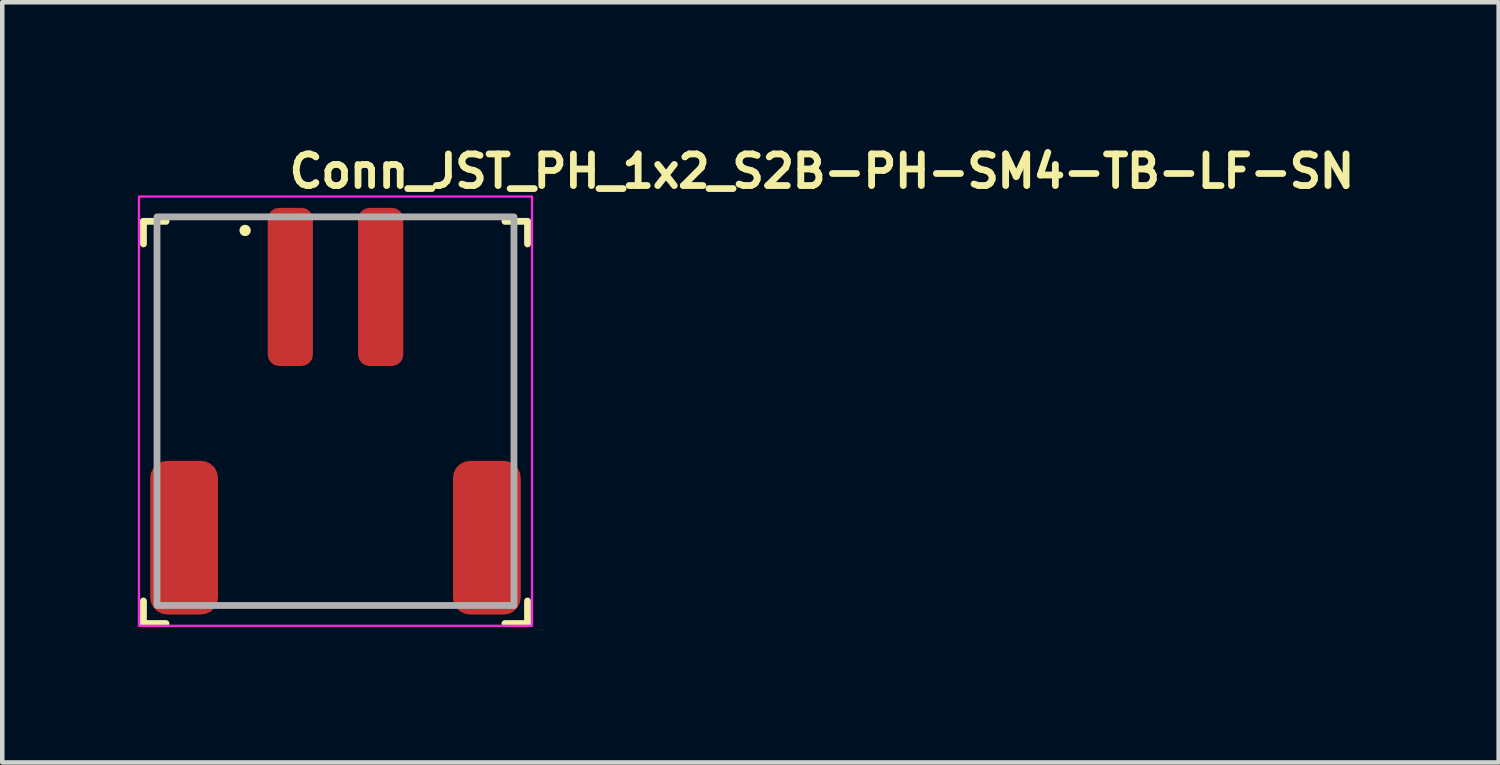
<source format=kicad_pcb>
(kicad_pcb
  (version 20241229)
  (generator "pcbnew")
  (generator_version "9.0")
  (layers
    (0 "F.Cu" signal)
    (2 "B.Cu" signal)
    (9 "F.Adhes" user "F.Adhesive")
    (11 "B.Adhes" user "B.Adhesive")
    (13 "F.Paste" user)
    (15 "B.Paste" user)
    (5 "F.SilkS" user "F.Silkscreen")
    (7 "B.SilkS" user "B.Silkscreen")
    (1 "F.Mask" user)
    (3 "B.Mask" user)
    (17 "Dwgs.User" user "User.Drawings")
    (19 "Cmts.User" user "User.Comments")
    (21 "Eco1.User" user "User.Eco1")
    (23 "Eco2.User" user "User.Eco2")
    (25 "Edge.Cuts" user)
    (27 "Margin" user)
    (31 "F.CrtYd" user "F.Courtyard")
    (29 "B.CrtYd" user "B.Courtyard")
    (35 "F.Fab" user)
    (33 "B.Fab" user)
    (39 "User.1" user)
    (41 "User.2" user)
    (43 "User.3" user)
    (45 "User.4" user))
  (footprint "Conn_JST_PH_1x2_S2B-PH-SM4-TB-LF-SN"
    (layer "F.Cu")
    (at 4.375 6.05)
    (property "Reference" "Conn_JST_PH_1x2_S2B-PH-SM4-TB-LF-SN" (at -1.1 -4.9 0) (unlocked yes) (layer "F.SilkS") (effects (font (size 0.7 0.7) (thickness 0.15)) (justify left bottom)))
    (attr smd)
    (fp_line (start -4.25 -4.201) (end -4.25 -3.701) (stroke (width 0.15) (type solid)) (layer "F.SilkS"))
    (fp_line (start -4.25 -4.201) (end -3.75 -4.201) (stroke (width 0.15) (type solid)) (layer "F.SilkS"))
    (fp_line (start -4.25 4.7) (end -4.25 4.2) (stroke (width 0.15) (type solid)) (layer "F.SilkS"))
    (fp_line (start -4.25 4.7) (end -3.75 4.7) (stroke (width 0.15) (type solid)) (layer "F.SilkS"))
    (fp_line (start 4.25 -4.201) (end 3.75 -4.201) (stroke (width 0.15) (type solid)) (layer "F.SilkS"))
    (fp_line (start 4.25 -4.201) (end 4.25 -3.701) (stroke (width 0.15) (type solid)) (layer "F.SilkS"))
    (fp_line (start 4.25 4.7) (end 3.75 4.7) (stroke (width 0.15) (type solid)) (layer "F.SilkS"))
    (fp_line (start 4.25 4.7) (end 4.25 4.2) (stroke (width 0.15) (type solid)) (layer "F.SilkS"))
    (fp_circle (center -2 -4) (end -1.95 -4) (stroke (width 0.15) (type solid)) (fill yes) (layer "F.SilkS"))
    (fp_rect (start -4.35 -4.75) (end 4.35 4.75) (stroke (width 0.05) (type solid)) (fill no) (layer "F.CrtYd"))
    (fp_rect (start -3.95 -4.3) (end 3.95 4.3) (stroke (width 0.15) (type solid)) (fill no) (layer "F.Fab"))
    (fp_rect (start -3.95 -4.3) (end 3.95 4.3) (stroke (width 0.1) (type solid)) (fill no) (layer "User.5"))
    (fp_line (start -3.95 -3.3) (end -3.95 -1.7) (stroke (width 0.02) (type solid)) (layer "User.9"))
    (fp_line (start -3.95 -3.3) (end -3.15 -3.3) (stroke (width 0.02) (type solid)) (layer "User.9"))
    (fp_line (start -3.95 -1.7) (end -3.95 3.5) (stroke (width 0.02) (type solid)) (layer "User.9"))
    (fp_line (start -3.45 3.5) (end -3.45 4.3) (stroke (width 0.02) (type solid)) (layer "User.9"))
    (fp_line (start -3.45 4.3) (end -3.05 4.3) (stroke (width 0.02) (type solid)) (layer "User.9"))
    (fp_line (start -3.15 -1.7) (end -3.15 -3.3) (stroke (width 0.02) (type solid)) (layer "User.9"))
    (fp_line (start -3.05 3.5) (end -3.95 3.5) (stroke (width 0.02) (type solid)) (layer "User.9"))
    (fp_line (start -3.05 3.5) (end -3.05 4.3) (stroke (width 0.02) (type solid)) (layer "User.9"))
    (fp_line (start -2.3 -1.7) (end -3.95 -1.7) (stroke (width 0.02) (type solid)) (layer "User.9"))
    (fp_line (start -2.3 -1.7) (end -2.3 2.3) (stroke (width 0.02) (type solid)) (layer "User.9"))
    (fp_line (start -2.3 0.05) (end -1.3 0.05) (stroke (width 0.02) (type solid)) (layer "User.9"))
    (fp_line (start -2.3 2.3) (end -2.3 0.05) (stroke (width 0.02) (type solid)) (layer "User.9"))
    (fp_line (start -2.3 2.3) (end -1.3 2.3) (stroke (width 0.02) (type solid)) (layer "User.9"))
    (fp_line (start -1.3 -1.7) (end -2.3 -1.7) (stroke (width 0.02) (type solid)) (layer "User.9"))
    (fp_line (start -1.3 2.3) (end -1.3 -1.7) (stroke (width 0.02) (type solid)) (layer "User.9"))
    (fp_line (start -1.25 -3.905) (end -1.25 -2.296) (stroke (width 0.02) (type solid)) (layer "User.9"))
    (fp_line (start -1.25 -3.905) (end -1.143 -4.3) (stroke (width 0.02) (type solid)) (layer "User.9"))
    (fp_line (start -1.25 -3.905) (end -0.75 -3.905) (stroke (width 0.02) (type solid)) (layer "User.9"))
    (fp_line (start -1.25 -2.296) (end -1.25 -2.285) (stroke (width 0.02) (type solid)) (layer "User.9"))
    (fp_line (start -1.25 -2.296) (end -0.75 -2.296) (stroke (width 0.02) (type solid)) (layer "User.9"))
    (fp_line (start -1.25 -2.285) (end -1.25 -2.274) (stroke (width 0.02) (type solid)) (layer "User.9"))
    (fp_line (start -1.25 -2.274) (end -1.25 -2.264) (stroke (width 0.02) (type solid)) (layer "User.9"))
    (fp_line (start -1.25 -2.264) (end -1.25 -2.254) (stroke (width 0.02) (type solid)) (layer "User.9"))
    (fp_line (start -1.25 -2.254) (end -1.25 -2.244) (stroke (width 0.02) (type solid)) (layer "User.9"))
    (fp_line (start -1.25 -2.244) (end -1.25 -2.236) (stroke (width 0.02) (type solid)) (layer "User.9"))
    (fp_line (start -1.25 -2.236) (end -1.25 -2.228) (stroke (width 0.02) (type solid)) (layer "User.9"))
    (fp_line (start -1.25 -2.228) (end -1.25 -2.221) (stroke (width 0.02) (type solid)) (layer "User.9"))
    (fp_line (start -1.25 -2.221) (end -1.25 -2.215) (stroke (width 0.02) (type solid)) (layer "User.9"))
    (fp_line (start -1.25 -2.215) (end -1.25 -2.209) (stroke (width 0.02) (type solid)) (layer "User.9"))
    (fp_line (start -1.25 -2.209) (end -1.25 -2.205) (stroke (width 0.02) (type solid)) (layer "User.9"))
    (fp_line (start -1.25 -2.205) (end -1.25 -2.202) (stroke (width 0.02) (type solid)) (layer "User.9"))
    (fp_line (start -1.25 -2.202) (end -1.25 -2.201) (stroke (width 0.02) (type solid)) (layer "User.9"))
    (fp_line (start -1.25 -2.201) (end -1.25 -2.2) (stroke (width 0.02) (type solid)) (layer "User.9"))
    (fp_line (start -1.25 -2.2) (end -1.25 -2.197) (stroke (width 0.02) (type solid)) (layer "User.9"))
    (fp_line (start -1.25 -2.2) (end -0.75 -2.2) (stroke (width 0.02) (type solid)) (layer "User.9"))
    (fp_line (start -1.25 -2.197) (end -1.25 -2.188) (stroke (width 0.02) (type solid)) (layer "User.9"))
    (fp_line (start -1.25 -2.188) (end -1.25 -2.173) (stroke (width 0.02) (type solid)) (layer "User.9"))
    (fp_line (start -1.25 -2.173) (end -1.25 -2.152) (stroke (width 0.02) (type solid)) (layer "User.9"))
    (fp_line (start -1.25 -2.152) (end -1.25 -2.126) (stroke (width 0.02) (type solid)) (layer "User.9"))
    (fp_line (start -1.25 -2.126) (end -1.25 -2.095) (stroke (width 0.02) (type solid)) (layer "User.9"))
    (fp_line (start -1.25 -2.095) (end -1.25 -2.058) (stroke (width 0.02) (type solid)) (layer "User.9"))
    (fp_line (start -1.25 -2.058) (end -1.25 -2.017) (stroke (width 0.02) (type solid)) (layer "User.9"))
    (fp_line (start -1.25 -2.017) (end -1.25 -1.972) (stroke (width 0.02) (type solid)) (layer "User.9"))
    (fp_line (start -1.25 -1.972) (end -1.25 -1.923) (stroke (width 0.02) (type solid)) (layer "User.9"))
    (fp_line (start -1.25 -1.923) (end -1.25 -1.871) (stroke (width 0.02) (type solid)) (layer "User.9"))
    (fp_line (start -1.25 -1.871) (end -1.25 -1.816) (stroke (width 0.02) (type solid)) (layer "User.9"))
    (fp_line (start -1.25 -1.816) (end -1.25 -1.759) (stroke (width 0.02) (type solid)) (layer "User.9"))
    (fp_line (start -1.25 -1.759) (end -1.25 -1.7) (stroke (width 0.02) (type solid)) (layer "User.9"))
    (fp_line (start -1.143 -4.3) (end -0.857 -4.3) (stroke (width 0.02) (type solid)) (layer "User.9"))
    (fp_line (start -0.857 -4.3) (end -0.75 -3.905) (stroke (width 0.02) (type solid)) (layer "User.9"))
    (fp_line (start -0.75 -3.905) (end -0.75 -2.296) (stroke (width 0.02) (type solid)) (layer "User.9"))
    (fp_line (start -0.75 -2.296) (end -0.75 -2.285) (stroke (width 0.02) (type solid)) (layer "User.9"))
    (fp_line (start -0.75 -2.285) (end -0.75 -2.274) (stroke (width 0.02) (type solid)) (layer "User.9"))
    (fp_line (start -0.75 -2.274) (end -0.75 -2.264) (stroke (width 0.02) (type solid)) (layer "User.9"))
    (fp_line (start -0.75 -2.264) (end -0.75 -2.254) (stroke (width 0.02) (type solid)) (layer "User.9"))
    (fp_line (start -0.75 -2.254) (end -0.75 -2.244) (stroke (width 0.02) (type solid)) (layer "User.9"))
    (fp_line (start -0.75 -2.244) (end -0.75 -2.236) (stroke (width 0.02) (type solid)) (layer "User.9"))
    (fp_line (start -0.75 -2.236) (end -0.75 -2.228) (stroke (width 0.02) (type solid)) (layer "User.9"))
    (fp_line (start -0.75 -2.228) (end -0.75 -2.221) (stroke (width 0.02) (type solid)) (layer "User.9"))
    (fp_line (start -0.75 -2.221) (end -0.75 -2.215) (stroke (width 0.02) (type solid)) (layer "User.9"))
    (fp_line (start -0.75 -2.215) (end -0.75 -2.209) (stroke (width 0.02) (type solid)) (layer "User.9"))
    (fp_line (start -0.75 -2.209) (end -0.75 -2.205) (stroke (width 0.02) (type solid)) (layer "User.9"))
    (fp_line (start -0.75 -2.205) (end -0.75 -2.202) (stroke (width 0.02) (type solid)) (layer "User.9"))
    (fp_line (start -0.75 -2.202) (end -0.75 -2.201) (stroke (width 0.02) (type solid)) (layer "User.9"))
    (fp_line (start -0.75 -2.201) (end -0.75 -2.2) (stroke (width 0.02) (type solid)) (layer "User.9"))
    (fp_line (start -0.75 -2.2) (end -0.75 -2.197) (stroke (width 0.02) (type solid)) (layer "User.9"))
    (fp_line (start -0.75 -2.197) (end -0.75 -2.188) (stroke (width 0.02) (type solid)) (layer "User.9"))
    (fp_line (start -0.75 -2.188) (end -0.75 -2.173) (stroke (width 0.02) (type solid)) (layer "User.9"))
    (fp_line (start -0.75 -2.173) (end -0.75 -2.152) (stroke (width 0.02) (type solid)) (layer "User.9"))
    (fp_line (start -0.75 -2.152) (end -0.75 -2.126) (stroke (width 0.02) (type solid)) (layer "User.9"))
    (fp_line (start -0.75 -2.126) (end -0.75 -2.095) (stroke (width 0.02) (type solid)) (layer "User.9"))
    (fp_line (start -0.75 -2.095) (end -0.75 -2.058) (stroke (width 0.02) (type solid)) (layer "User.9"))
    (fp_line (start -0.75 -2.058) (end -0.75 -2.017) (stroke (width 0.02) (type solid)) (layer "User.9"))
    (fp_line (start -0.75 -2.017) (end -0.75 -1.972) (stroke (width 0.02) (type solid)) (layer "User.9"))
    (fp_line (start -0.75 -1.972) (end -0.75 -1.923) (stroke (width 0.02) (type solid)) (layer "User.9"))
    (fp_line (start -0.75 -1.923) (end -0.75 -1.871) (stroke (width 0.02) (type solid)) (layer "User.9"))
    (fp_line (start -0.75 -1.871) (end -0.75 -1.816) (stroke (width 0.02) (type solid)) (layer "User.9"))
    (fp_line (start -0.75 -1.816) (end -0.75 -1.759) (stroke (width 0.02) (type solid)) (layer "User.9"))
    (fp_line (start -0.75 -1.759) (end -0.75 -1.7) (stroke (width 0.02) (type solid)) (layer "User.9"))
    (fp_line (start 0.75 -3.905) (end 0.75 -2.296) (stroke (width 0.02) (type solid)) (layer "User.9"))
    (fp_line (start 0.75 -2.296) (end 0.75 -2.285) (stroke (width 0.02) (type solid)) (layer "User.9"))
    (fp_line (start 0.75 -2.285) (end 0.75 -2.274) (stroke (width 0.02) (type solid)) (layer "User.9"))
    (fp_line (start 0.75 -2.274) (end 0.75 -2.264) (stroke (width 0.02) (type solid)) (layer "User.9"))
    (fp_line (start 0.75 -2.264) (end 0.75 -2.254) (stroke (width 0.02) (type solid)) (layer "User.9"))
    (fp_line (start 0.75 -2.254) (end 0.75 -2.244) (stroke (width 0.02) (type solid)) (layer "User.9"))
    (fp_line (start 0.75 -2.244) (end 0.75 -2.236) (stroke (width 0.02) (type solid)) (layer "User.9"))
    (fp_line (start 0.75 -2.236) (end 0.75 -2.228) (stroke (width 0.02) (type solid)) (layer "User.9"))
    (fp_line (start 0.75 -2.228) (end 0.75 -2.221) (stroke (width 0.02) (type solid)) (layer "User.9"))
    (fp_line (start 0.75 -2.221) (end 0.75 -2.215) (stroke (width 0.02) (type solid)) (layer "User.9"))
    (fp_line (start 0.75 -2.215) (end 0.75 -2.209) (stroke (width 0.02) (type solid)) (layer "User.9"))
    (fp_line (start 0.75 -2.209) (end 0.75 -2.205) (stroke (width 0.02) (type solid)) (layer "User.9"))
    (fp_line (start 0.75 -2.205) (end 0.75 -2.202) (stroke (width 0.02) (type solid)) (layer "User.9"))
    (fp_line (start 0.75 -2.202) (end 0.75 -2.201) (stroke (width 0.02) (type solid)) (layer "User.9"))
    (fp_line (start 0.75 -2.201) (end 0.75 -2.2) (stroke (width 0.02) (type solid)) (layer "User.9"))
    (fp_line (start 0.75 -2.2) (end 0.75 -2.197) (stroke (width 0.02) (type solid)) (layer "User.9"))
    (fp_line (start 0.75 -2.197) (end 0.75 -2.188) (stroke (width 0.02) (type solid)) (layer "User.9"))
    (fp_line (start 0.75 -2.188) (end 0.75 -2.173) (stroke (width 0.02) (type solid)) (layer "User.9"))
    (fp_line (start 0.75 -2.173) (end 0.75 -2.152) (stroke (width 0.02) (type solid)) (layer "User.9"))
    (fp_line (start 0.75 -2.152) (end 0.75 -2.126) (stroke (width 0.02) (type solid)) (layer "User.9"))
    (fp_line (start 0.75 -2.126) (end 0.75 -2.095) (stroke (width 0.02) (type solid)) (layer "User.9"))
    (fp_line (start 0.75 -2.095) (end 0.75 -2.058) (stroke (width 0.02) (type solid)) (layer "User.9"))
    (fp_line (start 0.75 -2.058) (end 0.75 -2.017) (stroke (width 0.02) (type solid)) (layer "User.9"))
    (fp_line (start 0.75 -2.017) (end 0.75 -1.972) (stroke (width 0.02) (type solid)) (layer "User.9"))
    (fp_line (start 0.75 -1.972) (end 0.75 -1.923) (stroke (width 0.02) (type solid)) (layer "User.9"))
    (fp_line (start 0.75 -1.923) (end 0.75 -1.871) (stroke (width 0.02) (type solid)) (layer "User.9"))
    (fp_line (start 0.75 -1.871) (end 0.75 -1.816) (stroke (width 0.02) (type solid)) (layer "User.9"))
    (fp_line (start 0.75 -1.816) (end 0.75 -1.759) (stroke (width 0.02) (type solid)) (layer "User.9"))
    (fp_line (start 0.75 -1.759) (end 0.75 -1.7) (stroke (width 0.02) (type solid)) (layer "User.9"))
    (fp_line (start 0.857 -4.3) (end 0.75 -3.905) (stroke (width 0.02) (type solid)) (layer "User.9"))
    (fp_line (start 1.143 -4.3) (end 0.857 -4.3) (stroke (width 0.02) (type solid)) (layer "User.9"))
    (fp_line (start 1.25 -3.905) (end 0.75 -3.905) (stroke (width 0.02) (type solid)) (layer "User.9"))
    (fp_line (start 1.25 -3.905) (end 1.143 -4.3) (stroke (width 0.02) (type solid)) (layer "User.9"))
    (fp_line (start 1.25 -3.905) (end 1.25 -2.296) (stroke (width 0.02) (type solid)) (layer "User.9"))
    (fp_line (start 1.25 -2.296) (end 0.75 -2.296) (stroke (width 0.02) (type solid)) (layer "User.9"))
    (fp_line (start 1.25 -2.296) (end 1.25 -2.285) (stroke (width 0.02) (type solid)) (layer "User.9"))
    (fp_line (start 1.25 -2.285) (end 1.25 -2.274) (stroke (width 0.02) (type solid)) (layer "User.9"))
    (fp_line (start 1.25 -2.274) (end 1.25 -2.264) (stroke (width 0.02) (type solid)) (layer "User.9"))
    (fp_line (start 1.25 -2.264) (end 1.25 -2.254) (stroke (width 0.02) (type solid)) (layer "User.9"))
    (fp_line (start 1.25 -2.254) (end 1.25 -2.244) (stroke (width 0.02) (type solid)) (layer "User.9"))
    (fp_line (start 1.25 -2.244) (end 1.25 -2.236) (stroke (width 0.02) (type solid)) (layer "User.9"))
    (fp_line (start 1.25 -2.236) (end 1.25 -2.228) (stroke (width 0.02) (type solid)) (layer "User.9"))
    (fp_line (start 1.25 -2.228) (end 1.25 -2.221) (stroke (width 0.02) (type solid)) (layer "User.9"))
    (fp_line (start 1.25 -2.221) (end 1.25 -2.215) (stroke (width 0.02) (type solid)) (layer "User.9"))
    (fp_line (start 1.25 -2.215) (end 1.25 -2.209) (stroke (width 0.02) (type solid)) (layer "User.9"))
    (fp_line (start 1.25 -2.209) (end 1.25 -2.205) (stroke (width 0.02) (type solid)) (layer "User.9"))
    (fp_line (start 1.25 -2.205) (end 1.25 -2.202) (stroke (width 0.02) (type solid)) (layer "User.9"))
    (fp_line (start 1.25 -2.202) (end 1.25 -2.201) (stroke (width 0.02) (type solid)) (layer "User.9"))
    (fp_line (start 1.25 -2.201) (end 1.25 -2.2) (stroke (width 0.02) (type solid)) (layer "User.9"))
    (fp_line (start 1.25 -2.2) (end 0.75 -2.2) (stroke (width 0.02) (type solid)) (layer "User.9"))
    (fp_line (start 1.25 -2.2) (end 1.25 -2.197) (stroke (width 0.02) (type solid)) (layer "User.9"))
    (fp_line (start 1.25 -2.197) (end 1.25 -2.188) (stroke (width 0.02) (type solid)) (layer "User.9"))
    (fp_line (start 1.25 -2.188) (end 1.25 -2.173) (stroke (width 0.02) (type solid)) (layer "User.9"))
    (fp_line (start 1.25 -2.173) (end 1.25 -2.152) (stroke (width 0.02) (type solid)) (layer "User.9"))
    (fp_line (start 1.25 -2.152) (end 1.25 -2.126) (stroke (width 0.02) (type solid)) (layer "User.9"))
    (fp_line (start 1.25 -2.126) (end 1.25 -2.095) (stroke (width 0.02) (type solid)) (layer "User.9"))
    (fp_line (start 1.25 -2.095) (end 1.25 -2.058) (stroke (width 0.02) (type solid)) (layer "User.9"))
    (fp_line (start 1.25 -2.058) (end 1.25 -2.017) (stroke (width 0.02) (type solid)) (layer "User.9"))
    (fp_line (start 1.25 -2.017) (end 1.25 -1.972) (stroke (width 0.02) (type solid)) (layer "User.9"))
    (fp_line (start 1.25 -1.972) (end 1.25 -1.923) (stroke (width 0.02) (type solid)) (layer "User.9"))
    (fp_line (start 1.25 -1.923) (end 1.25 -1.871) (stroke (width 0.02) (type solid)) (layer "User.9"))
    (fp_line (start 1.25 -1.871) (end 1.25 -1.816) (stroke (width 0.02) (type solid)) (layer "User.9"))
    (fp_line (start 1.25 -1.816) (end 1.25 -1.759) (stroke (width 0.02) (type solid)) (layer "User.9"))
    (fp_line (start 1.25 -1.759) (end 1.25 -1.7) (stroke (width 0.02) (type solid)) (layer "User.9"))
    (fp_line (start 1.3 -1.7) (end -1.3 -1.7) (stroke (width 0.02) (type solid)) (layer "User.9"))
    (fp_line (start 1.3 -1.7) (end 1.3 2.3) (stroke (width 0.02) (type solid)) (layer "User.9"))
    (fp_line (start 1.3 0.05) (end 2.3 0.05) (stroke (width 0.02) (type solid)) (layer "User.9"))
    (fp_line (start 1.3 2.3) (end 2.3 2.3) (stroke (width 0.02) (type solid)) (layer "User.9"))
    (fp_line (start 2.3 -1.7) (end 1.3 -1.7) (stroke (width 0.02) (type solid)) (layer "User.9"))
    (fp_line (start 2.3 -1.7) (end 2.3 2.3) (stroke (width 0.02) (type solid)) (layer "User.9"))
    (fp_line (start 2.3 2.3) (end 2.3 0.05) (stroke (width 0.02) (type solid)) (layer "User.9"))
    (fp_line (start 3.05 4.3) (end -3.05 4.3) (stroke (width 0.02) (type solid)) (layer "User.9"))
    (fp_line (start 3.05 4.3) (end 3.05 3.5) (stroke (width 0.02) (type solid)) (layer "User.9"))
    (fp_line (start 3.15 -1.7) (end 3.15 -3.3) (stroke (width 0.02) (type solid)) (layer "User.9"))
    (fp_line (start 3.45 3.5) (end 3.45 4.3) (stroke (width 0.02) (type solid)) (layer "User.9"))
    (fp_line (start 3.45 4.3) (end 3.05 4.3) (stroke (width 0.02) (type solid)) (layer "User.9"))
    (fp_line (start 3.95 -3.3) (end 3.15 -3.3) (stroke (width 0.02) (type solid)) (layer "User.9"))
    (fp_line (start 3.95 -1.7) (end 2.3 -1.7) (stroke (width 0.02) (type solid)) (layer "User.9"))
    (fp_line (start 3.95 -1.7) (end 3.95 -3.3) (stroke (width 0.02) (type solid)) (layer "User.9"))
    (fp_line (start 3.95 3.5) (end 3.05 3.5) (stroke (width 0.02) (type solid)) (layer "User.9"))
    (fp_line (start 3.95 3.5) (end 3.95 -1.7) (stroke (width 0.02) (type solid)) (layer "User.9"))
    (pad "1" smd roundrect (at -1 -2.75 180) (size 1 3.5) (layers "F.Cu" "F.Mask" "F.Paste") (roundrect_rratio 0.25))
    (pad "2" smd roundrect (at 1 -2.75 180) (size 1 3.5) (layers "F.Cu" "F.Mask" "F.Paste") (roundrect_rratio 0.25))
    (pad "MP" smd roundrect (at -3.35 2.8 180) (size 1.5 3.4) (layers "F.Cu" "F.Mask" "F.Paste") (roundrect_rratio 0.25))
    (pad "MP" smd roundrect (at 3.35 2.8 180) (size 1.5 3.4) (layers "F.Cu" "F.Mask" "F.Paste") (roundrect_rratio 0.25)))
  (gr_rect
    (start -3 -3)
    (end 30.118 13.825)
    (stroke (width 0.1) (type default))
    (fill no)
    (layer "Edge.Cuts")))
</source>
